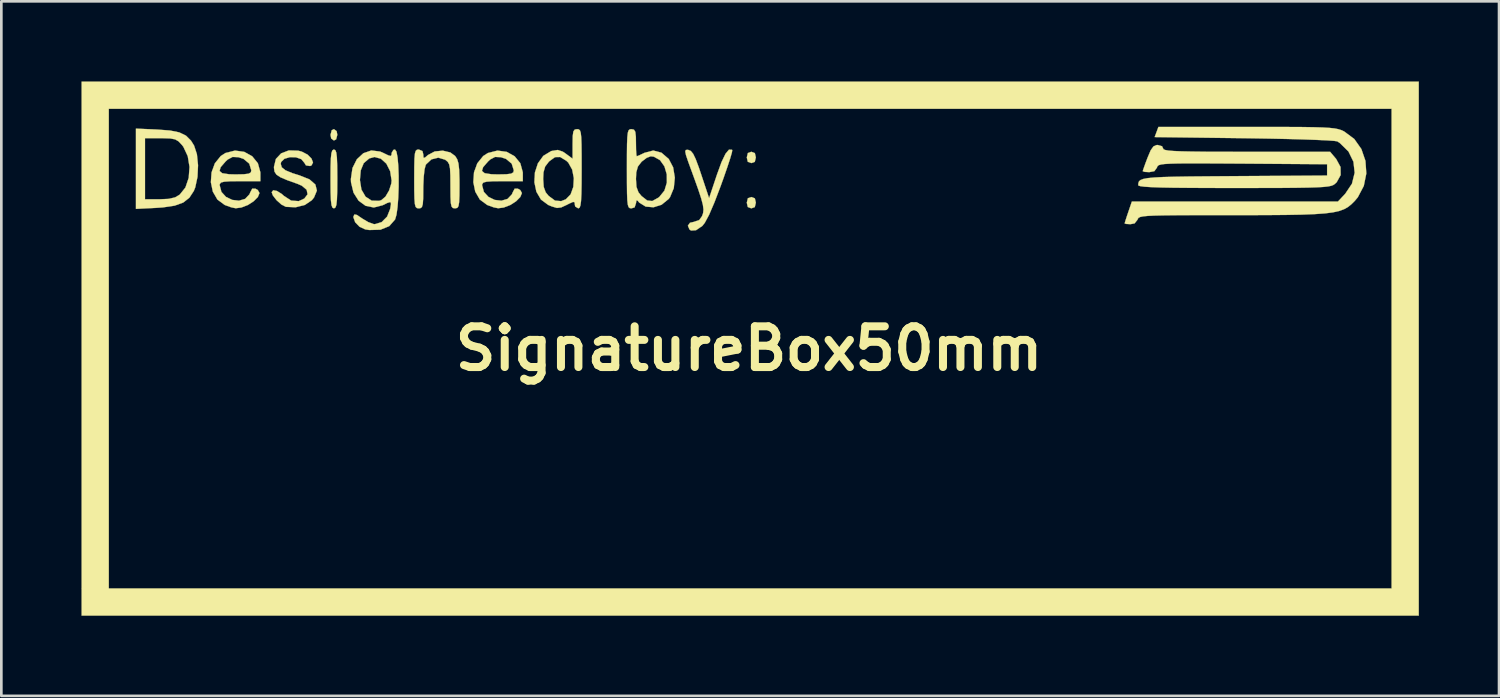
<source format=kicad_pcb>
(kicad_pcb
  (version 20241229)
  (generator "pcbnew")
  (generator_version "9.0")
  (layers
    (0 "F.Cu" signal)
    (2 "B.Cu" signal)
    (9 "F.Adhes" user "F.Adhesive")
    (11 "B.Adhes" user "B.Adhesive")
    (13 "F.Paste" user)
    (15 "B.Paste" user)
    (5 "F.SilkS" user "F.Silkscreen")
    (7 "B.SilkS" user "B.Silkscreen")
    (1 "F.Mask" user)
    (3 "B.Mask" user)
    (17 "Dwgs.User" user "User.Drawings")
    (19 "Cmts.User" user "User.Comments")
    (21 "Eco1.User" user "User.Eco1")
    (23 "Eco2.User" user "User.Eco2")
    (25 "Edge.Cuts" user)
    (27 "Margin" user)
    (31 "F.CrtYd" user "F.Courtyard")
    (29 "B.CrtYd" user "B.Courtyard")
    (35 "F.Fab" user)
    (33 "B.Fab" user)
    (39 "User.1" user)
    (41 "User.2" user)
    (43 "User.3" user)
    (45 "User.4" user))
  (footprint "SignatureBox50mm"
    (layer "F.Cu")
    (at 24.982 9.996)
    (property "Reference" "SignatureBox50mm" (at 0 0 0) (layer "F.SilkS") (effects (font (size 1.524 1.524) (thickness 0.3))))
    (attr through_hole)
    (fp_poly (pts (xy -15.434 -8.139) (xy -15.409 -8.001) (xy -15.453 -7.831) (xy -15.536 -7.789) (xy -15.638 -7.863) (xy -15.663 -8.001) (xy -15.619 -8.171) (xy -15.536 -8.213) (xy -15.434 -8.139)) (stroke (width 0.01) (type solid)) (fill yes) (layer "F.SilkS"))
    (fp_poly (pts (xy 0.217 -7.316) (xy 0.254 -7.154) (xy 0.214 -6.988) (xy 0.085 -6.943) (xy -0.048 -6.992) (xy -0.085 -7.154) (xy -0.045 -7.32) (xy 0.085 -7.366) (xy 0.217 -7.316)) (stroke (width 0.01) (type solid)) (fill yes) (layer "F.SilkS"))
    (fp_poly (pts (xy 0.217 -5.623) (xy 0.254 -5.461) (xy 0.214 -5.295) (xy 0.085 -5.249) (xy -0.048 -5.299) (xy -0.085 -5.461) (xy -0.045 -5.627) (xy 0.085 -5.673) (xy 0.217 -5.623)) (stroke (width 0.01) (type solid)) (fill yes) (layer "F.SilkS"))
    (fp_poly (pts (xy 25.061 9.991) (xy -24.977 9.991) (xy -24.977 -8.975) (xy -23.961 -8.975) (xy -23.961 8.975) (xy 24.045 8.975) (xy 24.045 -8.975) (xy -23.961 -8.975) (xy -24.977 -8.975) (xy -24.977 -9.991) (xy 25.061 -9.991) (xy 25.061 9.991)) (stroke (width 0.01) (type solid)) (fill yes) (layer "F.SilkS"))
    (fp_poly (pts (xy -15.483 -7.426) (xy -15.447 -7.336) (xy -15.425 -7.155) (xy -15.413 -6.858) (xy -15.409 -6.42) (xy -15.409 -6.35) (xy -15.412 -5.892) (xy -15.423 -5.577) (xy -15.443 -5.382) (xy -15.478 -5.282) (xy -15.528 -5.25) (xy -15.536 -5.249) (xy -15.589 -5.274) (xy -15.625 -5.364) (xy -15.648 -5.545) (xy -15.66 -5.842) (xy -15.663 -6.28) (xy -15.663 -6.35) (xy -15.661 -6.808) (xy -15.65 -7.123) (xy -15.629 -7.318) (xy -15.595 -7.418) (xy -15.544 -7.45) (xy -15.536 -7.451) (xy -15.483 -7.426)) (stroke (width 0.01) (type solid)) (fill yes) (layer "F.SilkS"))
    (fp_poly (pts (xy -22.153 -8.198) (xy -21.67 -8.162) (xy -21.322 -8.091) (xy -21.072 -7.97) (xy -20.886 -7.786) (xy -20.769 -7.598) (xy -20.663 -7.274) (xy -20.621 -6.861) (xy -20.641 -6.427) (xy -20.724 -6.038) (xy -20.778 -5.902) (xy -20.946 -5.646) (xy -21.175 -5.466) (xy -21.496 -5.35) (xy -21.939 -5.284) (xy -22.204 -5.266) (xy -22.945 -5.229) (xy -22.945 -7.874) (xy -22.606 -7.874) (xy -22.606 -5.588) (xy -22.067 -5.588) (xy -21.718 -5.604) (xy -21.48 -5.66) (xy -21.307 -5.762) (xy -21.093 -6.029) (xy -20.97 -6.391) (xy -20.94 -6.799) (xy -21.006 -7.202) (xy -21.17 -7.552) (xy -21.222 -7.62) (xy -21.349 -7.755) (xy -21.478 -7.831) (xy -21.661 -7.865) (xy -21.952 -7.874) (xy -22.021 -7.874) (xy -22.606 -7.874) (xy -22.945 -7.874) (xy -22.945 -8.233) (xy -22.153 -8.198)) (stroke (width 0.01) (type solid)) (fill yes) (layer "F.SilkS"))
    (fp_poly (pts (xy -0.642 -7.442) (xy -0.629 -7.43) (xy -0.642 -7.341) (xy -0.706 -7.12) (xy -0.812 -6.796) (xy -0.951 -6.395) (xy -1.062 -6.086) (xy -1.298 -5.467) (xy -1.496 -5.007) (xy -1.657 -4.707) (xy -1.747 -4.593) (xy -1.986 -4.43) (xy -2.172 -4.419) (xy -2.23 -4.459) (xy -2.29 -4.6) (xy -2.211 -4.71) (xy -2.073 -4.741) (xy -1.866 -4.81) (xy -1.76 -4.958) (xy -1.719 -5.075) (xy -1.706 -5.207) (xy -1.728 -5.38) (xy -1.792 -5.622) (xy -1.902 -5.957) (xy -2.066 -6.414) (xy -2.145 -6.631) (xy -2.28 -7.001) (xy -2.36 -7.239) (xy -2.388 -7.374) (xy -2.369 -7.432) (xy -2.308 -7.44) (xy -2.27 -7.435) (xy -2.179 -7.396) (xy -2.092 -7.29) (xy -1.996 -7.09) (xy -1.876 -6.769) (xy -1.792 -6.519) (xy -1.496 -5.63) (xy -1.204 -6.504) (xy -1.031 -6.98) (xy -0.881 -7.292) (xy -0.752 -7.445) (xy -0.642 -7.442)) (stroke (width 0.01) (type solid)) (fill yes) (layer "F.SilkS"))
    (fp_poly (pts (xy -16.873 -7.407) (xy -16.739 -7.372) (xy -16.522 -7.26) (xy -16.375 -7.112) (xy -16.318 -6.964) (xy -16.374 -6.856) (xy -16.428 -6.833) (xy -16.583 -6.856) (xy -16.64 -6.951) (xy -16.755 -7.089) (xy -16.955 -7.159) (xy -17.184 -7.164) (xy -17.387 -7.105) (xy -17.511 -6.985) (xy -17.526 -6.913) (xy -17.487 -6.784) (xy -17.352 -6.675) (xy -17.094 -6.567) (xy -16.83 -6.485) (xy -16.45 -6.333) (xy -16.23 -6.141) (xy -16.173 -5.914) (xy -16.28 -5.656) (xy -16.362 -5.554) (xy -16.622 -5.377) (xy -16.97 -5.289) (xy -17.334 -5.306) (xy -17.503 -5.393) (xy -17.685 -5.556) (xy -17.823 -5.736) (xy -17.865 -5.853) (xy -17.808 -5.926) (xy -17.668 -5.9) (xy -17.488 -5.788) (xy -17.407 -5.715) (xy -17.137 -5.54) (xy -16.854 -5.519) (xy -16.644 -5.615) (xy -16.522 -5.775) (xy -16.556 -5.943) (xy -16.735 -6.095) (xy -16.892 -6.164) (xy -17.282 -6.303) (xy -17.538 -6.412) (xy -17.687 -6.512) (xy -17.759 -6.622) (xy -17.779 -6.761) (xy -17.78 -6.801) (xy -17.708 -7.097) (xy -17.511 -7.307) (xy -17.222 -7.417) (xy -16.873 -7.407)) (stroke (width 0.01) (type solid)) (fill yes) (layer "F.SilkS"))
    (fp_poly (pts (xy -18.891 -7.363) (xy -18.594 -7.198) (xy -18.381 -6.936) (xy -18.289 -6.6) (xy -18.288 -6.555) (xy -18.288 -6.265) (xy -19.05 -6.265) (xy -19.414 -6.262) (xy -19.641 -6.247) (xy -19.761 -6.215) (xy -19.807 -6.159) (xy -19.812 -6.115) (xy -19.745 -5.864) (xy -19.574 -5.677) (xy -19.34 -5.565) (xy -19.088 -5.536) (xy -18.859 -5.603) (xy -18.697 -5.774) (xy -18.669 -5.842) (xy -18.593 -5.987) (xy -18.473 -5.985) (xy -18.385 -5.936) (xy -18.321 -5.822) (xy -18.382 -5.673) (xy -18.537 -5.516) (xy -18.754 -5.375) (xy -19 -5.28) (xy -19.211 -5.253) (xy -19.378 -5.287) (xy -19.603 -5.368) (xy -19.625 -5.377) (xy -19.896 -5.578) (xy -20.068 -5.875) (xy -20.141 -6.227) (xy -20.115 -6.593) (xy -20.095 -6.649) (xy -19.817 -6.649) (xy -19.715 -6.564) (xy -19.459 -6.525) (xy -19.219 -6.519) (xy -18.906 -6.525) (xy -18.726 -6.547) (xy -18.645 -6.595) (xy -18.627 -6.672) (xy -18.704 -6.922) (xy -18.918 -7.1) (xy -19.108 -7.163) (xy -19.328 -7.173) (xy -19.508 -7.078) (xy -19.595 -6.998) (xy -19.774 -6.79) (xy -19.817 -6.649) (xy -20.095 -6.649) (xy -19.992 -6.933) (xy -19.771 -7.207) (xy -19.594 -7.321) (xy -19.237 -7.411) (xy -18.891 -7.363)) (stroke (width 0.01) (type solid)) (fill yes) (layer "F.SilkS"))
    (fp_poly (pts (xy -12.222 -7.393) (xy -12.192 -7.268) (xy -12.184 -7.145) (xy -12.131 -7.147) (xy -12.016 -7.245) (xy -11.765 -7.378) (xy -11.462 -7.408) (xy -11.177 -7.34) (xy -10.998 -7.207) (xy -10.923 -7.088) (xy -10.875 -6.929) (xy -10.849 -6.692) (xy -10.838 -6.342) (xy -10.837 -6.129) (xy -10.839 -5.735) (xy -10.85 -5.48) (xy -10.874 -5.334) (xy -10.918 -5.267) (xy -10.988 -5.25) (xy -11.007 -5.249) (xy -11.084 -5.261) (xy -11.133 -5.316) (xy -11.161 -5.446) (xy -11.173 -5.681) (xy -11.176 -6.052) (xy -11.176 -6.094) (xy -11.179 -6.482) (xy -11.191 -6.737) (xy -11.222 -6.894) (xy -11.277 -6.991) (xy -11.364 -7.062) (xy -11.376 -7.07) (xy -11.629 -7.146) (xy -11.886 -7.082) (xy -12.085 -6.897) (xy -12.102 -6.868) (xy -12.144 -6.708) (xy -12.175 -6.431) (xy -12.191 -6.087) (xy -12.192 -5.975) (xy -12.195 -5.623) (xy -12.21 -5.408) (xy -12.243 -5.296) (xy -12.303 -5.254) (xy -12.361 -5.249) (xy -12.43 -5.259) (xy -12.478 -5.305) (xy -12.507 -5.414) (xy -12.523 -5.615) (xy -12.53 -5.932) (xy -12.531 -6.35) (xy -12.529 -6.799) (xy -12.522 -7.106) (xy -12.505 -7.298) (xy -12.474 -7.401) (xy -12.426 -7.443) (xy -12.361 -7.451) (xy -12.222 -7.393)) (stroke (width 0.01) (type solid)) (fill yes) (layer "F.SilkS"))
    (fp_poly (pts (xy -9.07 -7.363) (xy -8.773 -7.198) (xy -8.56 -6.936) (xy -8.468 -6.6) (xy -8.467 -6.555) (xy -8.467 -6.265) (xy -9.229 -6.265) (xy -9.593 -6.262) (xy -9.82 -6.247) (xy -9.94 -6.215) (xy -9.986 -6.159) (xy -9.991 -6.115) (xy -9.924 -5.864) (xy -9.752 -5.677) (xy -9.519 -5.565) (xy -9.266 -5.536) (xy -9.037 -5.603) (xy -8.875 -5.774) (xy -8.848 -5.842) (xy -8.771 -5.987) (xy -8.652 -5.985) (xy -8.564 -5.936) (xy -8.5 -5.822) (xy -8.561 -5.673) (xy -8.716 -5.516) (xy -8.933 -5.375) (xy -9.179 -5.28) (xy -9.389 -5.253) (xy -9.557 -5.287) (xy -9.782 -5.368) (xy -9.803 -5.377) (xy -10.075 -5.578) (xy -10.247 -5.875) (xy -10.319 -6.227) (xy -10.294 -6.593) (xy -10.274 -6.649) (xy -9.996 -6.649) (xy -9.894 -6.564) (xy -9.638 -6.525) (xy -9.398 -6.519) (xy -9.084 -6.525) (xy -8.905 -6.547) (xy -8.823 -6.595) (xy -8.805 -6.672) (xy -8.883 -6.922) (xy -9.096 -7.1) (xy -9.287 -7.163) (xy -9.507 -7.173) (xy -9.687 -7.078) (xy -9.773 -6.998) (xy -9.953 -6.79) (xy -9.996 -6.649) (xy -10.274 -6.649) (xy -10.171 -6.933) (xy -9.95 -7.207) (xy -9.773 -7.321) (xy -9.415 -7.411) (xy -9.07 -7.363)) (stroke (width 0.01) (type solid)) (fill yes) (layer "F.SilkS"))
    (fp_poly (pts (xy -6.374 -8.205) (xy -6.329 -8.168) (xy -6.299 -8.076) (xy -6.28 -7.908) (xy -6.27 -7.64) (xy -6.266 -7.248) (xy -6.265 -6.731) (xy -6.267 -6.189) (xy -6.274 -5.794) (xy -6.288 -5.525) (xy -6.31 -5.359) (xy -6.343 -5.274) (xy -6.389 -5.249) (xy -6.392 -5.249) (xy -6.505 -5.317) (xy -6.519 -5.376) (xy -6.529 -5.474) (xy -6.585 -5.491) (xy -6.73 -5.427) (xy -6.827 -5.377) (xy -7.031 -5.283) (xy -7.19 -5.264) (xy -7.383 -5.321) (xy -7.517 -5.377) (xy -7.788 -5.578) (xy -7.96 -5.873) (xy -8.034 -6.224) (xy -8.027 -6.35) (xy -7.705 -6.35) (xy -7.685 -6.052) (xy -7.611 -5.85) (xy -7.497 -5.711) (xy -7.262 -5.539) (xy -7.031 -5.519) (xy -6.859 -5.587) (xy -6.678 -5.772) (xy -6.577 -6.053) (xy -6.558 -6.38) (xy -6.62 -6.7) (xy -6.765 -6.96) (xy -6.837 -7.029) (xy -7.069 -7.17) (xy -7.262 -7.166) (xy -7.471 -7.015) (xy -7.497 -6.989) (xy -7.631 -6.814) (xy -7.693 -6.598) (xy -7.705 -6.35) (xy -8.027 -6.35) (xy -8.014 -6.591) (xy -7.902 -6.934) (xy -7.701 -7.213) (xy -7.413 -7.388) (xy -7.382 -7.398) (xy -7.159 -7.434) (xy -6.972 -7.372) (xy -6.854 -7.292) (xy -6.604 -7.107) (xy -6.604 -7.66) (xy -6.599 -7.958) (xy -6.575 -8.125) (xy -6.523 -8.198) (xy -6.435 -8.213) (xy -6.374 -8.205)) (stroke (width 0.01) (type solid)) (fill yes) (layer "F.SilkS"))
    (fp_poly (pts (xy -4.308 -8.194) (xy -4.257 -8.113) (xy -4.236 -7.93) (xy -4.233 -7.705) (xy -4.229 -7.437) (xy -4.217 -7.253) (xy -4.204 -7.197) (xy -4.116 -7.231) (xy -3.941 -7.313) (xy -3.914 -7.327) (xy -3.585 -7.413) (xy -3.278 -7.332) (xy -3.005 -7.096) (xy -2.841 -6.783) (xy -2.778 -6.398) (xy -2.817 -6.005) (xy -2.958 -5.667) (xy -3.008 -5.601) (xy -3.273 -5.385) (xy -3.575 -5.289) (xy -3.87 -5.315) (xy -4.112 -5.466) (xy -4.169 -5.537) (xy -4.216 -5.545) (xy -4.232 -5.44) (xy -4.283 -5.285) (xy -4.403 -5.249) (xy -4.464 -5.257) (xy -4.508 -5.294) (xy -4.538 -5.386) (xy -4.557 -5.554) (xy -4.567 -5.822) (xy -4.571 -6.214) (xy -4.571 -6.35) (xy -4.233 -6.35) (xy -4.214 -6.052) (xy -4.139 -5.85) (xy -4.026 -5.711) (xy -3.813 -5.544) (xy -3.623 -5.523) (xy -3.399 -5.646) (xy -3.359 -5.676) (xy -3.167 -5.913) (xy -3.077 -6.209) (xy -3.08 -6.524) (xy -3.167 -6.819) (xy -3.331 -7.051) (xy -3.561 -7.182) (xy -3.681 -7.197) (xy -3.831 -7.14) (xy -4.011 -7.003) (xy -4.026 -6.989) (xy -4.16 -6.814) (xy -4.221 -6.598) (xy -4.233 -6.35) (xy -4.571 -6.35) (xy -4.572 -6.731) (xy -4.571 -7.264) (xy -4.567 -7.651) (xy -4.556 -7.916) (xy -4.537 -8.081) (xy -4.507 -8.17) (xy -4.462 -8.206) (xy -4.403 -8.213) (xy -4.308 -8.194)) (stroke (width 0.01) (type solid)) (fill yes) (layer "F.SilkS"))
    (fp_poly (pts (xy -13.196 -7.372) (xy -13.155 -7.159) (xy -13.127 -6.847) (xy -13.113 -6.47) (xy -13.113 -6.063) (xy -13.127 -5.661) (xy -13.154 -5.298) (xy -13.195 -5.008) (xy -13.248 -4.831) (xy -13.466 -4.583) (xy -13.795 -4.45) (xy -14.213 -4.438) (xy -14.363 -4.461) (xy -14.576 -4.559) (xy -14.741 -4.729) (xy -14.807 -4.914) (xy -14.803 -4.951) (xy -14.765 -5.022) (xy -14.674 -5.002) (xy -14.493 -4.88) (xy -14.483 -4.872) (xy -14.256 -4.736) (xy -14.05 -4.661) (xy -14.005 -4.657) (xy -13.75 -4.734) (xy -13.545 -4.94) (xy -13.431 -5.228) (xy -13.4 -5.417) (xy -13.424 -5.486) (xy -13.537 -5.452) (xy -13.711 -5.366) (xy -14.042 -5.281) (xy -14.351 -5.344) (xy -14.613 -5.536) (xy -14.803 -5.836) (xy -14.896 -6.223) (xy -14.9 -6.309) (xy -14.563 -6.309) (xy -14.506 -5.951) (xy -14.352 -5.686) (xy -14.124 -5.538) (xy -13.846 -5.53) (xy -13.762 -5.556) (xy -13.608 -5.686) (xy -13.472 -5.917) (xy -13.388 -6.178) (xy -13.377 -6.291) (xy -13.431 -6.64) (xy -13.573 -6.921) (xy -13.777 -7.106) (xy -14.016 -7.171) (xy -14.214 -7.117) (xy -14.42 -6.942) (xy -14.532 -6.67) (xy -14.563 -6.309) (xy -14.9 -6.309) (xy -14.901 -6.35) (xy -14.841 -6.759) (xy -14.677 -7.086) (xy -14.434 -7.312) (xy -14.136 -7.415) (xy -13.809 -7.375) (xy -13.711 -7.334) (xy -13.504 -7.234) (xy -13.408 -7.208) (xy -13.379 -7.255) (xy -13.377 -7.324) (xy -13.31 -7.436) (xy -13.25 -7.451) (xy -13.196 -7.372)) (stroke (width 0.01) (type solid)) (fill yes) (layer "F.SilkS"))
    (fp_poly (pts (xy 19.466 -8.297) (xy 20.152 -8.295) (xy 20.704 -8.292) (xy 21.138 -8.285) (xy 21.472 -8.275) (xy 21.723 -8.26) (xy 21.909 -8.24) (xy 22.046 -8.213) (xy 22.153 -8.18) (xy 22.245 -8.139) (xy 22.271 -8.126) (xy 22.648 -7.846) (xy 22.915 -7.467) (xy 23.067 -7.025) (xy 23.099 -6.554) (xy 23.005 -6.089) (xy 22.781 -5.664) (xy 22.662 -5.522) (xy 22.54 -5.401) (xy 22.414 -5.3) (xy 22.267 -5.217) (xy 22.085 -5.151) (xy 21.851 -5.099) (xy 21.548 -5.06) (xy 21.162 -5.033) (xy 20.677 -5.014) (xy 20.076 -5.003) (xy 19.344 -4.997) (xy 18.464 -4.995) (xy 18.071 -4.995) (xy 17.211 -4.995) (xy 16.506 -4.994) (xy 15.939 -4.991) (xy 15.494 -4.986) (xy 15.158 -4.978) (xy 14.914 -4.966) (xy 14.747 -4.949) (xy 14.641 -4.927) (xy 14.581 -4.898) (xy 14.551 -4.863) (xy 14.538 -4.826) (xy 14.428 -4.686) (xy 14.274 -4.657) (xy 14.111 -4.666) (xy 14.055 -4.684) (xy 14.08 -4.773) (xy 14.143 -4.969) (xy 14.19 -5.107) (xy 14.325 -5.503) (xy 22.036 -5.503) (xy 22.31 -5.795) (xy 22.562 -6.171) (xy 22.663 -6.581) (xy 22.618 -6.993) (xy 22.432 -7.375) (xy 22.11 -7.692) (xy 22.013 -7.756) (xy 21.903 -7.773) (xy 21.642 -7.792) (xy 21.25 -7.81) (xy 20.746 -7.828) (xy 20.147 -7.845) (xy 19.474 -7.859) (xy 18.745 -7.871) (xy 18.532 -7.874) (xy 15.178 -7.916) (xy 15.249 -8.107) (xy 15.319 -8.297) (xy 18.627 -8.297) (xy 19.466 -8.297)) (stroke (width 0.01) (type solid)) (fill yes) (layer "F.SilkS"))
    (fp_poly (pts (xy 15.455 -7.574) (xy 15.494 -7.493) (xy 15.511 -7.46) (xy 15.574 -7.433) (xy 15.696 -7.411) (xy 15.895 -7.395) (xy 16.184 -7.383) (xy 16.58 -7.375) (xy 17.099 -7.369) (xy 17.754 -7.367) (xy 18.563 -7.366) (xy 18.619 -7.366) (xy 21.744 -7.366) (xy 21.971 -7.097) (xy 22.134 -6.797) (xy 22.139 -6.496) (xy 21.99 -6.226) (xy 21.919 -6.16) (xy 21.864 -6.123) (xy 21.786 -6.093) (xy 21.668 -6.069) (xy 21.494 -6.05) (xy 21.25 -6.036) (xy 20.919 -6.026) (xy 20.486 -6.019) (xy 19.935 -6.014) (xy 19.25 -6.012) (xy 18.416 -6.011) (xy 18.152 -6.011) (xy 17.241 -6.012) (xy 16.488 -6.016) (xy 15.879 -6.021) (xy 15.403 -6.03) (xy 15.046 -6.043) (xy 14.797 -6.059) (xy 14.643 -6.079) (xy 14.572 -6.103) (xy 14.564 -6.117) (xy 14.569 -6.194) (xy 14.591 -6.257) (xy 14.646 -6.308) (xy 14.749 -6.348) (xy 14.914 -6.38) (xy 15.157 -6.403) (xy 15.493 -6.421) (xy 15.936 -6.433) (xy 16.502 -6.442) (xy 17.206 -6.448) (xy 18.062 -6.454) (xy 18.165 -6.455) (xy 21.632 -6.477) (xy 21.632 -6.9) (xy 18.471 -6.923) (xy 17.656 -6.928) (xy 16.995 -6.931) (xy 16.471 -6.932) (xy 16.067 -6.929) (xy 15.768 -6.921) (xy 15.557 -6.909) (xy 15.418 -6.891) (xy 15.334 -6.866) (xy 15.29 -6.833) (xy 15.27 -6.793) (xy 15.265 -6.774) (xy 15.167 -6.64) (xy 14.976 -6.604) (xy 14.802 -6.614) (xy 14.732 -6.639) (xy 14.76 -6.73) (xy 14.832 -6.932) (xy 14.913 -7.147) (xy 15.029 -7.42) (xy 15.131 -7.565) (xy 15.245 -7.617) (xy 15.294 -7.62) (xy 15.455 -7.574)) (stroke (width 0.01) (type solid)) (fill yes) (layer "F.SilkS")))
  (gr_rect
    (start -3 -3)
    (end 53.048 22.991)
    (stroke (width 0.1) (type default))
    (fill no)
    (layer "Edge.Cuts")))
</source>
